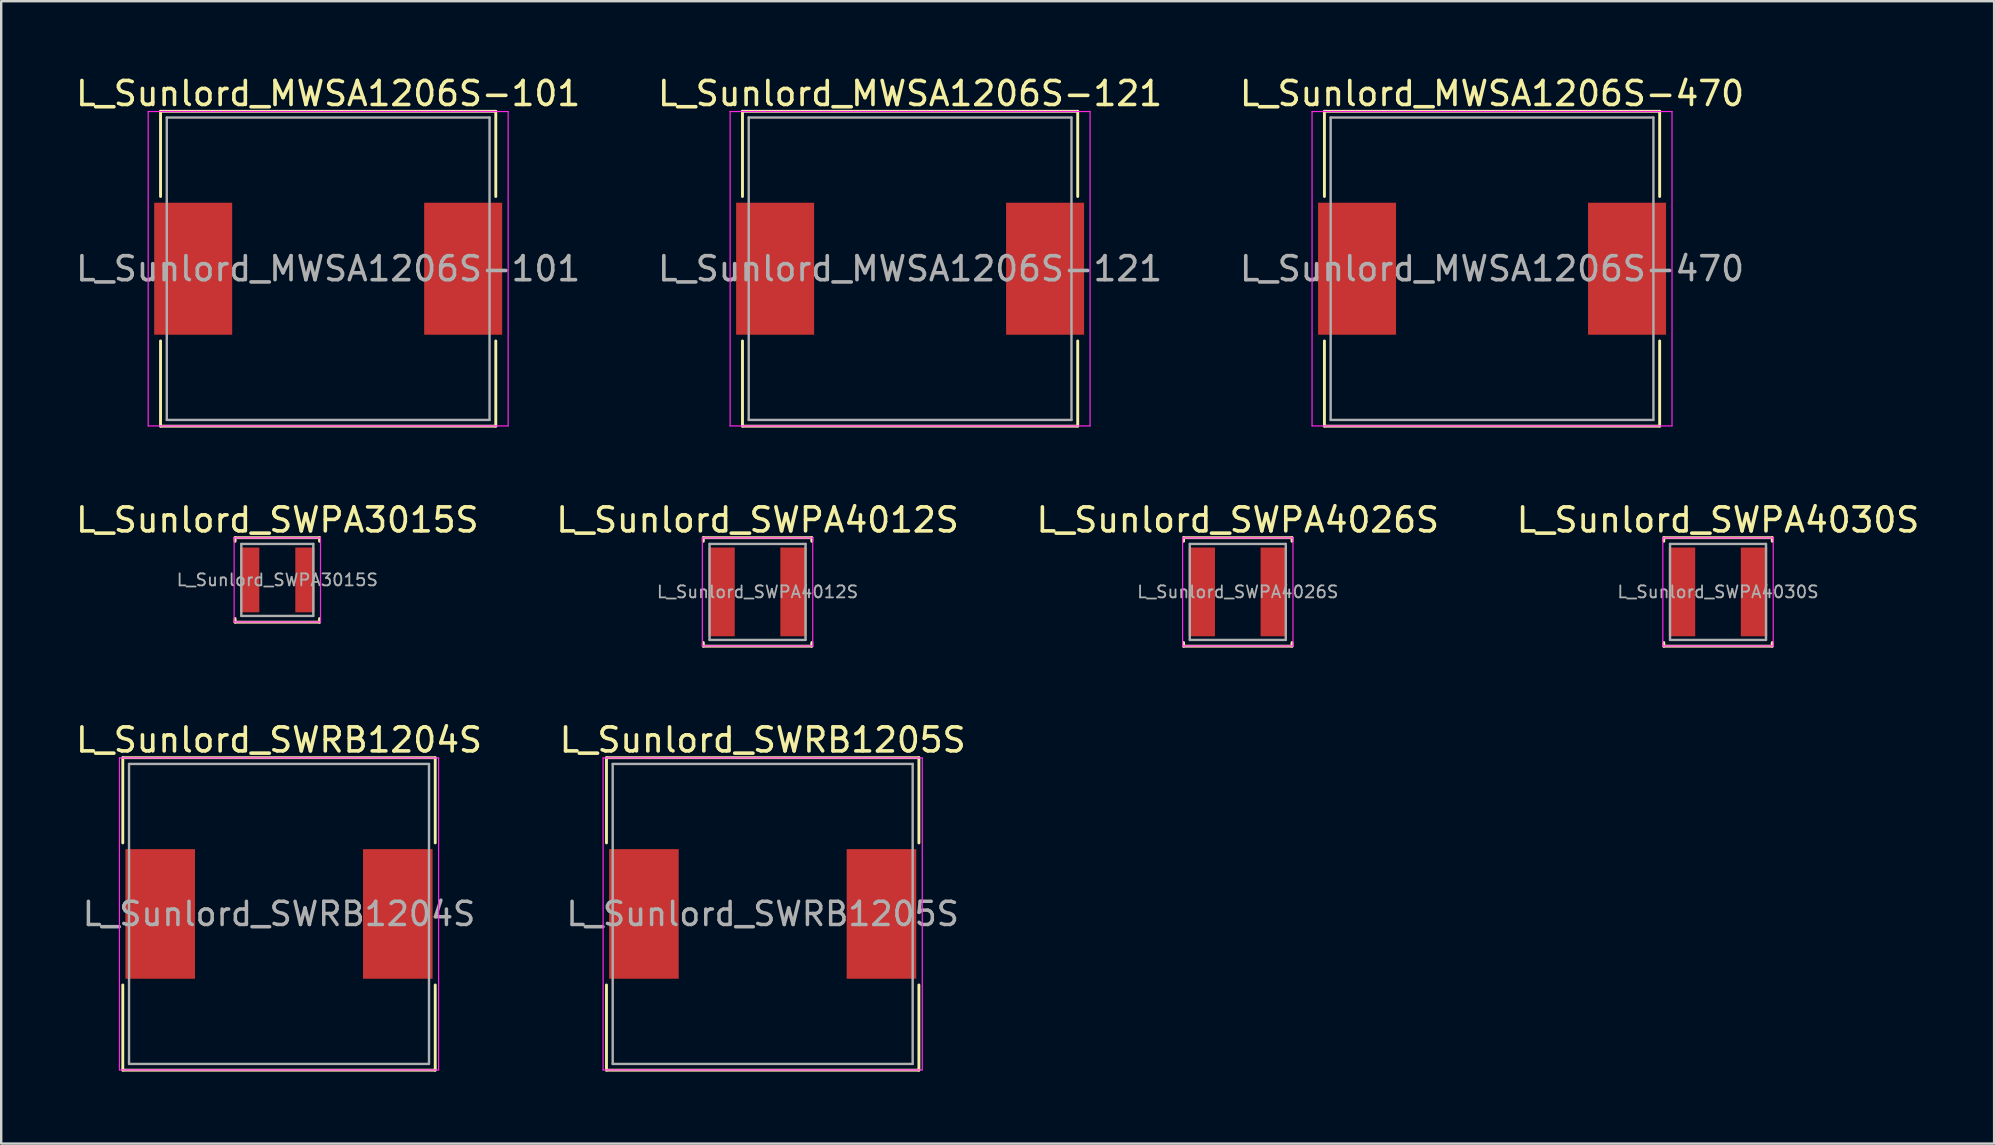
<source format=kicad_pcb>
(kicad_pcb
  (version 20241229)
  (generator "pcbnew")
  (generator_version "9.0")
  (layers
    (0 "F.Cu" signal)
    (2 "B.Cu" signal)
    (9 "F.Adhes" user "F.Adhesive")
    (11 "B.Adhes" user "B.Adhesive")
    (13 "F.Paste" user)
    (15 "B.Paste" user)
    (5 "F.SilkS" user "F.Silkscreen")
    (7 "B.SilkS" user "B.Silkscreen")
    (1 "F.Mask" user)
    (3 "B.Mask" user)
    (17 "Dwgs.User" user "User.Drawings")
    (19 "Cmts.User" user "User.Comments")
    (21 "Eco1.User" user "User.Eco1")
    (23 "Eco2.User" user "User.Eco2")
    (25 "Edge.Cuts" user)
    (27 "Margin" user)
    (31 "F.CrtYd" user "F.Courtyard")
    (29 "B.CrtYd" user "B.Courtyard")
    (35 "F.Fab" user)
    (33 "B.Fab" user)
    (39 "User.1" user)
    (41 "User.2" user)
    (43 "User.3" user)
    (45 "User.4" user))
  (footprint "L_Sunlord_SWPA4026S"
    (layer "F.Cu")
    (at 48.53 21.616)
    (property "Reference" "L_Sunlord_SWPA4026S" (at 0 -3 0) (layer "F.SilkS") (effects (font (size 1 1) (thickness 0.15))))
    (attr smd)
    (fp_line (start -2.26 -2.26) (end -2.26 -2.11) (stroke (width 0.12) (type solid)) (layer "F.SilkS"))
    (fp_line (start -2.26 -2.26) (end 2.26 -2.26) (stroke (width 0.12) (type solid)) (layer "F.SilkS"))
    (fp_line (start -2.26 2.26) (end -2.26 2.11) (stroke (width 0.12) (type solid)) (layer "F.SilkS"))
    (fp_line (start -2.26 2.26) (end 2.26 2.26) (stroke (width 0.12) (type solid)) (layer "F.SilkS"))
    (fp_line (start 2.26 -2.26) (end 2.26 -2.11) (stroke (width 0.12) (type solid)) (layer "F.SilkS"))
    (fp_line (start 2.26 2.26) (end 2.26 2.11) (stroke (width 0.12) (type solid)) (layer "F.SilkS"))
    (fp_line (start -2.3 -2.25) (end -2.3 2.25) (stroke (width 0.05) (type solid)) (layer "F.CrtYd"))
    (fp_line (start -2.3 2.25) (end 2.3 2.25) (stroke (width 0.05) (type solid)) (layer "F.CrtYd"))
    (fp_line (start 2.3 -2.25) (end -2.3 -2.25) (stroke (width 0.05) (type solid)) (layer "F.CrtYd"))
    (fp_line (start 2.3 2.25) (end 2.3 -2.25) (stroke (width 0.05) (type solid)) (layer "F.CrtYd"))
    (fp_line (start -2 -2) (end -2 2) (stroke (width 0.1) (type solid)) (layer "F.Fab"))
    (fp_line (start -2 2) (end 2 2) (stroke (width 0.1) (type solid)) (layer "F.Fab"))
    (fp_line (start 2 -2) (end -2 -2) (stroke (width 0.1) (type solid)) (layer "F.Fab"))
    (fp_line (start 2 2) (end 2 -2) (stroke (width 0.1) (type solid)) (layer "F.Fab"))
    (fp_text user "${REFERENCE}" (at 0 0 0) (layer "F.Fab") (effects (font (size 0.5 0.5) (thickness 0.075))))
    (pad "1" smd rect (at -1.5 0) (size 1.1 3.7) (layers "F.Cu" "F.Mask" "F.Paste"))
    (pad "2" smd rect (at 1.5 0) (size 1.1 3.7) (layers "F.Cu" "F.Mask" "F.Paste")))
  (footprint "L_Sunlord_SWPA4012S"
    (layer "F.Cu")
    (at 28.518 21.616)
    (property "Reference" "L_Sunlord_SWPA4012S" (at 0 -3 0) (layer "F.SilkS") (effects (font (size 1 1) (thickness 0.15))))
    (attr smd)
    (fp_line (start -2.26 -2.26) (end -2.26 -2.11) (stroke (width 0.12) (type solid)) (layer "F.SilkS"))
    (fp_line (start -2.26 -2.26) (end 2.26 -2.26) (stroke (width 0.12) (type solid)) (layer "F.SilkS"))
    (fp_line (start -2.26 2.26) (end -2.26 2.11) (stroke (width 0.12) (type solid)) (layer "F.SilkS"))
    (fp_line (start -2.26 2.26) (end 2.26 2.26) (stroke (width 0.12) (type solid)) (layer "F.SilkS"))
    (fp_line (start 2.26 -2.26) (end 2.26 -2.11) (stroke (width 0.12) (type solid)) (layer "F.SilkS"))
    (fp_line (start 2.26 2.26) (end 2.26 2.11) (stroke (width 0.12) (type solid)) (layer "F.SilkS"))
    (fp_line (start -2.3 -2.25) (end -2.3 2.25) (stroke (width 0.05) (type solid)) (layer "F.CrtYd"))
    (fp_line (start -2.3 2.25) (end 2.3 2.25) (stroke (width 0.05) (type solid)) (layer "F.CrtYd"))
    (fp_line (start 2.3 -2.25) (end -2.3 -2.25) (stroke (width 0.05) (type solid)) (layer "F.CrtYd"))
    (fp_line (start 2.3 2.25) (end 2.3 -2.25) (stroke (width 0.05) (type solid)) (layer "F.CrtYd"))
    (fp_line (start -2 -2) (end -2 2) (stroke (width 0.1) (type solid)) (layer "F.Fab"))
    (fp_line (start -2 2) (end 2 2) (stroke (width 0.1) (type solid)) (layer "F.Fab"))
    (fp_line (start 2 -2) (end -2 -2) (stroke (width 0.1) (type solid)) (layer "F.Fab"))
    (fp_line (start 2 2) (end 2 -2) (stroke (width 0.1) (type solid)) (layer "F.Fab"))
    (fp_text user "${REFERENCE}" (at 0 0 0) (layer "F.Fab") (effects (font (size 0.5 0.5) (thickness 0.075))))
    (pad "1" smd rect (at -1.5 0) (size 1.1 3.7) (layers "F.Cu" "F.Mask" "F.Paste"))
    (pad "2" smd rect (at 1.5 0) (size 1.1 3.7) (layers "F.Cu" "F.Mask" "F.Paste")))
  (footprint "L_Sunlord_MWSA1206S-470"
    (layer "F.Cu")
    (at 59.125 8.148)
    (property "Reference" "L_Sunlord_MWSA1206S-470" (at 0 -7.3 0) (layer "F.SilkS") (effects (font (size 1 1) (thickness 0.15))))
    (attr smd)
    (fp_line (start -6.985 -6.56) (end -6.985 -3.01) (stroke (width 0.12) (type solid)) (layer "F.SilkS"))
    (fp_line (start -6.985 -6.56) (end 6.985 -6.56) (stroke (width 0.12) (type solid)) (layer "F.SilkS"))
    (fp_line (start -6.985 6.56) (end -6.985 3.01) (stroke (width 0.12) (type solid)) (layer "F.SilkS"))
    (fp_line (start -6.985 6.56) (end 6.985 6.56) (stroke (width 0.12) (type solid)) (layer "F.SilkS"))
    (fp_line (start 6.985 -6.56) (end 6.985 -3.01) (stroke (width 0.12) (type solid)) (layer "F.SilkS"))
    (fp_line (start 6.985 6.56) (end 6.985 3.01) (stroke (width 0.12) (type solid)) (layer "F.SilkS"))
    (fp_line (start -7.5 -6.55) (end -7.5 6.55) (stroke (width 0.05) (type solid)) (layer "F.CrtYd"))
    (fp_line (start -7.5 6.55) (end 7.5 6.55) (stroke (width 0.05) (type solid)) (layer "F.CrtYd"))
    (fp_line (start 7.5 -6.55) (end -7.5 -6.55) (stroke (width 0.05) (type solid)) (layer "F.CrtYd"))
    (fp_line (start 7.5 6.55) (end 7.5 -6.55) (stroke (width 0.05) (type solid)) (layer "F.CrtYd"))
    (fp_line (start -6.725 -6.3) (end -6.725 6.3) (stroke (width 0.1) (type solid)) (layer "F.Fab"))
    (fp_line (start -6.725 6.3) (end 6.725 6.3) (stroke (width 0.1) (type solid)) (layer "F.Fab"))
    (fp_line (start 6.725 -6.3) (end -6.725 -6.3) (stroke (width 0.1) (type solid)) (layer "F.Fab"))
    (fp_line (start 6.725 6.3) (end 6.725 -6.3) (stroke (width 0.1) (type solid)) (layer "F.Fab"))
    (fp_text user "${REFERENCE}" (at 0 0 0) (layer "F.Fab") (effects (font (size 1 1) (thickness 0.15))))
    (pad "1" smd rect (at -5.625 0) (size 3.25 5.5) (layers "F.Cu" "F.Mask" "F.Paste"))
    (pad "2" smd rect (at 5.625 0) (size 3.25 5.5) (layers "F.Cu" "F.Mask" "F.Paste")))
  (footprint "L_Sunlord_SWPA3015S"
    (layer "F.Cu")
    (at 8.506 21.116)
    (property "Reference" "L_Sunlord_SWPA3015S" (at 0 -2.5 0) (layer "F.SilkS") (effects (font (size 1 1) (thickness 0.15))))
    (attr smd)
    (fp_line (start -1.76 -1.76) (end -1.76 -1.61) (stroke (width 0.12) (type solid)) (layer "F.SilkS"))
    (fp_line (start -1.76 -1.76) (end 1.76 -1.76) (stroke (width 0.12) (type solid)) (layer "F.SilkS"))
    (fp_line (start -1.76 1.76) (end -1.76 1.61) (stroke (width 0.12) (type solid)) (layer "F.SilkS"))
    (fp_line (start -1.76 1.76) (end 1.76 1.76) (stroke (width 0.12) (type solid)) (layer "F.SilkS"))
    (fp_line (start 1.76 -1.76) (end 1.76 -1.61) (stroke (width 0.12) (type solid)) (layer "F.SilkS"))
    (fp_line (start 1.76 1.76) (end 1.76 1.61) (stroke (width 0.12) (type solid)) (layer "F.SilkS"))
    (fp_line (start -1.8 -1.75) (end -1.8 1.75) (stroke (width 0.05) (type solid)) (layer "F.CrtYd"))
    (fp_line (start -1.8 1.75) (end 1.8 1.75) (stroke (width 0.05) (type solid)) (layer "F.CrtYd"))
    (fp_line (start 1.8 -1.75) (end -1.8 -1.75) (stroke (width 0.05) (type solid)) (layer "F.CrtYd"))
    (fp_line (start 1.8 1.75) (end 1.8 -1.75) (stroke (width 0.05) (type solid)) (layer "F.CrtYd"))
    (fp_line (start -1.5 -1.5) (end -1.5 1.5) (stroke (width 0.1) (type solid)) (layer "F.Fab"))
    (fp_line (start -1.5 1.5) (end 1.5 1.5) (stroke (width 0.1) (type solid)) (layer "F.Fab"))
    (fp_line (start 1.5 -1.5) (end -1.5 -1.5) (stroke (width 0.1) (type solid)) (layer "F.Fab"))
    (fp_line (start 1.5 1.5) (end 1.5 -1.5) (stroke (width 0.1) (type solid)) (layer "F.Fab"))
    (fp_text user "${REFERENCE}" (at 0 0 0) (layer "F.Fab") (effects (font (size 0.5 0.5) (thickness 0.075))))
    (pad "1" smd rect (at -1.15 0) (size 0.8 2.7) (layers "F.Cu" "F.Mask" "F.Paste"))
    (pad "2" smd rect (at 1.15 0) (size 0.8 2.7) (layers "F.Cu" "F.Mask" "F.Paste")))
  (footprint "L_Sunlord_MWSA1206S-121"
    (layer "F.Cu")
    (at 34.875 8.148)
    (property "Reference" "L_Sunlord_MWSA1206S-121" (at 0 -7.3 0) (layer "F.SilkS") (effects (font (size 1 1) (thickness 0.15))))
    (attr smd)
    (fp_line (start -6.985 -6.56) (end -6.985 -3.01) (stroke (width 0.12) (type solid)) (layer "F.SilkS"))
    (fp_line (start -6.985 -6.56) (end 6.985 -6.56) (stroke (width 0.12) (type solid)) (layer "F.SilkS"))
    (fp_line (start -6.985 6.56) (end -6.985 3.01) (stroke (width 0.12) (type solid)) (layer "F.SilkS"))
    (fp_line (start -6.985 6.56) (end 6.985 6.56) (stroke (width 0.12) (type solid)) (layer "F.SilkS"))
    (fp_line (start 6.985 -6.56) (end 6.985 -3.01) (stroke (width 0.12) (type solid)) (layer "F.SilkS"))
    (fp_line (start 6.985 6.56) (end 6.985 3.01) (stroke (width 0.12) (type solid)) (layer "F.SilkS"))
    (fp_line (start -7.5 -6.55) (end -7.5 6.55) (stroke (width 0.05) (type solid)) (layer "F.CrtYd"))
    (fp_line (start -7.5 6.55) (end 7.5 6.55) (stroke (width 0.05) (type solid)) (layer "F.CrtYd"))
    (fp_line (start 7.5 -6.55) (end -7.5 -6.55) (stroke (width 0.05) (type solid)) (layer "F.CrtYd"))
    (fp_line (start 7.5 6.55) (end 7.5 -6.55) (stroke (width 0.05) (type solid)) (layer "F.CrtYd"))
    (fp_line (start -6.725 -6.3) (end -6.725 6.3) (stroke (width 0.1) (type solid)) (layer "F.Fab"))
    (fp_line (start -6.725 6.3) (end 6.725 6.3) (stroke (width 0.1) (type solid)) (layer "F.Fab"))
    (fp_line (start 6.725 -6.3) (end -6.725 -6.3) (stroke (width 0.1) (type solid)) (layer "F.Fab"))
    (fp_line (start 6.725 6.3) (end 6.725 -6.3) (stroke (width 0.1) (type solid)) (layer "F.Fab"))
    (fp_text user "${REFERENCE}" (at 0 0 0) (layer "F.Fab") (effects (font (size 1 1) (thickness 0.15))))
    (pad "1" smd rect (at -5.625 0) (size 3.25 5.5) (layers "F.Cu" "F.Mask" "F.Paste"))
    (pad "2" smd rect (at 5.625 0) (size 3.25 5.5) (layers "F.Cu" "F.Mask" "F.Paste")))
  (footprint "L_Sunlord_MWSA1206S-101"
    (layer "F.Cu")
    (at 10.625 8.148)
    (property "Reference" "L_Sunlord_MWSA1206S-101" (at 0 -7.3 0) (layer "F.SilkS") (effects (font (size 1 1) (thickness 0.15))))
    (attr smd)
    (fp_line (start -6.985 -6.56) (end -6.985 -3.01) (stroke (width 0.12) (type solid)) (layer "F.SilkS"))
    (fp_line (start -6.985 -6.56) (end 6.985 -6.56) (stroke (width 0.12) (type solid)) (layer "F.SilkS"))
    (fp_line (start -6.985 6.56) (end -6.985 3.01) (stroke (width 0.12) (type solid)) (layer "F.SilkS"))
    (fp_line (start -6.985 6.56) (end 6.985 6.56) (stroke (width 0.12) (type solid)) (layer "F.SilkS"))
    (fp_line (start 6.985 -6.56) (end 6.985 -3.01) (stroke (width 0.12) (type solid)) (layer "F.SilkS"))
    (fp_line (start 6.985 6.56) (end 6.985 3.01) (stroke (width 0.12) (type solid)) (layer "F.SilkS"))
    (fp_line (start -7.5 -6.55) (end -7.5 6.55) (stroke (width 0.05) (type solid)) (layer "F.CrtYd"))
    (fp_line (start -7.5 6.55) (end 7.5 6.55) (stroke (width 0.05) (type solid)) (layer "F.CrtYd"))
    (fp_line (start 7.5 -6.55) (end -7.5 -6.55) (stroke (width 0.05) (type solid)) (layer "F.CrtYd"))
    (fp_line (start 7.5 6.55) (end 7.5 -6.55) (stroke (width 0.05) (type solid)) (layer "F.CrtYd"))
    (fp_line (start -6.725 -6.3) (end -6.725 6.3) (stroke (width 0.1) (type solid)) (layer "F.Fab"))
    (fp_line (start -6.725 6.3) (end 6.725 6.3) (stroke (width 0.1) (type solid)) (layer "F.Fab"))
    (fp_line (start 6.725 -6.3) (end -6.725 -6.3) (stroke (width 0.1) (type solid)) (layer "F.Fab"))
    (fp_line (start 6.725 6.3) (end 6.725 -6.3) (stroke (width 0.1) (type solid)) (layer "F.Fab"))
    (fp_text user "${REFERENCE}" (at 0 0 0) (layer "F.Fab") (effects (font (size 1 1) (thickness 0.15))))
    (pad "1" smd rect (at -5.625 0) (size 3.25 5.5) (layers "F.Cu" "F.Mask" "F.Paste"))
    (pad "2" smd rect (at 5.625 0) (size 3.25 5.5) (layers "F.Cu" "F.Mask" "F.Paste")))
  (footprint "L_Sunlord_SWRB1204S"
    (layer "F.Cu")
    (at 8.577 35.035)
    (property "Reference" "L_Sunlord_SWRB1204S" (at 0 -7.25 0) (layer "F.SilkS") (effects (font (size 1 1) (thickness 0.15))))
    (attr smd)
    (fp_line (start -6.51 -6.51) (end -6.51 -2.96) (stroke (width 0.12) (type solid)) (layer "F.SilkS"))
    (fp_line (start -6.51 -6.51) (end 6.51 -6.51) (stroke (width 0.12) (type solid)) (layer "F.SilkS"))
    (fp_line (start -6.51 6.51) (end -6.51 2.96) (stroke (width 0.12) (type solid)) (layer "F.SilkS"))
    (fp_line (start -6.51 6.51) (end 6.51 6.51) (stroke (width 0.12) (type solid)) (layer "F.SilkS"))
    (fp_line (start 6.51 -6.51) (end 6.51 -2.96) (stroke (width 0.12) (type solid)) (layer "F.SilkS"))
    (fp_line (start 6.51 6.51) (end 6.51 2.96) (stroke (width 0.12) (type solid)) (layer "F.SilkS"))
    (fp_line (start -6.65 -6.5) (end -6.65 6.5) (stroke (width 0.05) (type solid)) (layer "F.CrtYd"))
    (fp_line (start -6.65 6.5) (end 6.65 6.5) (stroke (width 0.05) (type solid)) (layer "F.CrtYd"))
    (fp_line (start 6.65 -6.5) (end -6.65 -6.5) (stroke (width 0.05) (type solid)) (layer "F.CrtYd"))
    (fp_line (start 6.65 6.5) (end 6.65 -6.5) (stroke (width 0.05) (type solid)) (layer "F.CrtYd"))
    (fp_line (start -6.25 -6.25) (end -6.25 6.25) (stroke (width 0.1) (type solid)) (layer "F.Fab"))
    (fp_line (start -6.25 6.25) (end 6.25 6.25) (stroke (width 0.1) (type solid)) (layer "F.Fab"))
    (fp_line (start 6.25 -6.25) (end -6.25 -6.25) (stroke (width 0.1) (type solid)) (layer "F.Fab"))
    (fp_line (start 6.25 6.25) (end 6.25 -6.25) (stroke (width 0.1) (type solid)) (layer "F.Fab"))
    (fp_text user "${REFERENCE}" (at 0 0 0) (layer "F.Fab") (effects (font (size 0.967 0.967) (thickness 0.145))))
    (pad "1" smd rect (at -4.95 0) (size 2.9 5.4) (layers "F.Cu" "F.Mask" "F.Paste"))
    (pad "2" smd rect (at 4.95 0) (size 2.9 5.4) (layers "F.Cu" "F.Mask" "F.Paste")))
  (footprint "L_Sunlord_SWRB1205S"
    (layer "F.Cu")
    (at 28.732 35.035)
    (property "Reference" "L_Sunlord_SWRB1205S" (at 0 -7.25 0) (layer "F.SilkS") (effects (font (size 1 1) (thickness 0.15))))
    (attr smd)
    (fp_line (start -6.51 -6.51) (end -6.51 -2.96) (stroke (width 0.12) (type solid)) (layer "F.SilkS"))
    (fp_line (start -6.51 -6.51) (end 6.51 -6.51) (stroke (width 0.12) (type solid)) (layer "F.SilkS"))
    (fp_line (start -6.51 6.51) (end -6.51 2.96) (stroke (width 0.12) (type solid)) (layer "F.SilkS"))
    (fp_line (start -6.51 6.51) (end 6.51 6.51) (stroke (width 0.12) (type solid)) (layer "F.SilkS"))
    (fp_line (start 6.51 -6.51) (end 6.51 -2.96) (stroke (width 0.12) (type solid)) (layer "F.SilkS"))
    (fp_line (start 6.51 6.51) (end 6.51 2.96) (stroke (width 0.12) (type solid)) (layer "F.SilkS"))
    (fp_line (start -6.65 -6.5) (end -6.65 6.5) (stroke (width 0.05) (type solid)) (layer "F.CrtYd"))
    (fp_line (start -6.65 6.5) (end 6.65 6.5) (stroke (width 0.05) (type solid)) (layer "F.CrtYd"))
    (fp_line (start 6.65 -6.5) (end -6.65 -6.5) (stroke (width 0.05) (type solid)) (layer "F.CrtYd"))
    (fp_line (start 6.65 6.5) (end 6.65 -6.5) (stroke (width 0.05) (type solid)) (layer "F.CrtYd"))
    (fp_line (start -6.25 -6.25) (end -6.25 6.25) (stroke (width 0.1) (type solid)) (layer "F.Fab"))
    (fp_line (start -6.25 6.25) (end 6.25 6.25) (stroke (width 0.1) (type solid)) (layer "F.Fab"))
    (fp_line (start 6.25 -6.25) (end -6.25 -6.25) (stroke (width 0.1) (type solid)) (layer "F.Fab"))
    (fp_line (start 6.25 6.25) (end 6.25 -6.25) (stroke (width 0.1) (type solid)) (layer "F.Fab"))
    (fp_text user "${REFERENCE}" (at 0 0 0) (layer "F.Fab") (effects (font (size 0.967 0.967) (thickness 0.145))))
    (pad "1" smd rect (at -4.95 0) (size 2.9 5.4) (layers "F.Cu" "F.Mask" "F.Paste"))
    (pad "2" smd rect (at 4.95 0) (size 2.9 5.4) (layers "F.Cu" "F.Mask" "F.Paste")))
  (footprint "L_Sunlord_SWPA4030S"
    (layer "F.Cu")
    (at 68.542 21.616)
    (property "Reference" "L_Sunlord_SWPA4030S" (at 0 -3 0) (layer "F.SilkS") (effects (font (size 1 1) (thickness 0.15))))
    (attr smd)
    (fp_line (start -2.26 -2.26) (end -2.26 -2.11) (stroke (width 0.12) (type solid)) (layer "F.SilkS"))
    (fp_line (start -2.26 -2.26) (end 2.26 -2.26) (stroke (width 0.12) (type solid)) (layer "F.SilkS"))
    (fp_line (start -2.26 2.26) (end -2.26 2.11) (stroke (width 0.12) (type solid)) (layer "F.SilkS"))
    (fp_line (start -2.26 2.26) (end 2.26 2.26) (stroke (width 0.12) (type solid)) (layer "F.SilkS"))
    (fp_line (start 2.26 -2.26) (end 2.26 -2.11) (stroke (width 0.12) (type solid)) (layer "F.SilkS"))
    (fp_line (start 2.26 2.26) (end 2.26 2.11) (stroke (width 0.12) (type solid)) (layer "F.SilkS"))
    (fp_line (start -2.3 -2.25) (end -2.3 2.25) (stroke (width 0.05) (type solid)) (layer "F.CrtYd"))
    (fp_line (start -2.3 2.25) (end 2.3 2.25) (stroke (width 0.05) (type solid)) (layer "F.CrtYd"))
    (fp_line (start 2.3 -2.25) (end -2.3 -2.25) (stroke (width 0.05) (type solid)) (layer "F.CrtYd"))
    (fp_line (start 2.3 2.25) (end 2.3 -2.25) (stroke (width 0.05) (type solid)) (layer "F.CrtYd"))
    (fp_line (start -2 -2) (end -2 2) (stroke (width 0.1) (type solid)) (layer "F.Fab"))
    (fp_line (start -2 2) (end 2 2) (stroke (width 0.1) (type solid)) (layer "F.Fab"))
    (fp_line (start 2 -2) (end -2 -2) (stroke (width 0.1) (type solid)) (layer "F.Fab"))
    (fp_line (start 2 2) (end 2 -2) (stroke (width 0.1) (type solid)) (layer "F.Fab"))
    (fp_text user "${REFERENCE}" (at 0 0 0) (layer "F.Fab") (effects (font (size 0.5 0.5) (thickness 0.075))))
    (pad "1" smd rect (at -1.5 0) (size 1.1 3.7) (layers "F.Cu" "F.Mask" "F.Paste"))
    (pad "2" smd rect (at 1.5 0) (size 1.1 3.7) (layers "F.Cu" "F.Mask" "F.Paste")))
  (gr_rect
    (start -3 -3)
    (end 80.048 44.605)
    (stroke (width 0.1) (type default))
    (fill no)
    (layer "Edge.Cuts")))
</source>
